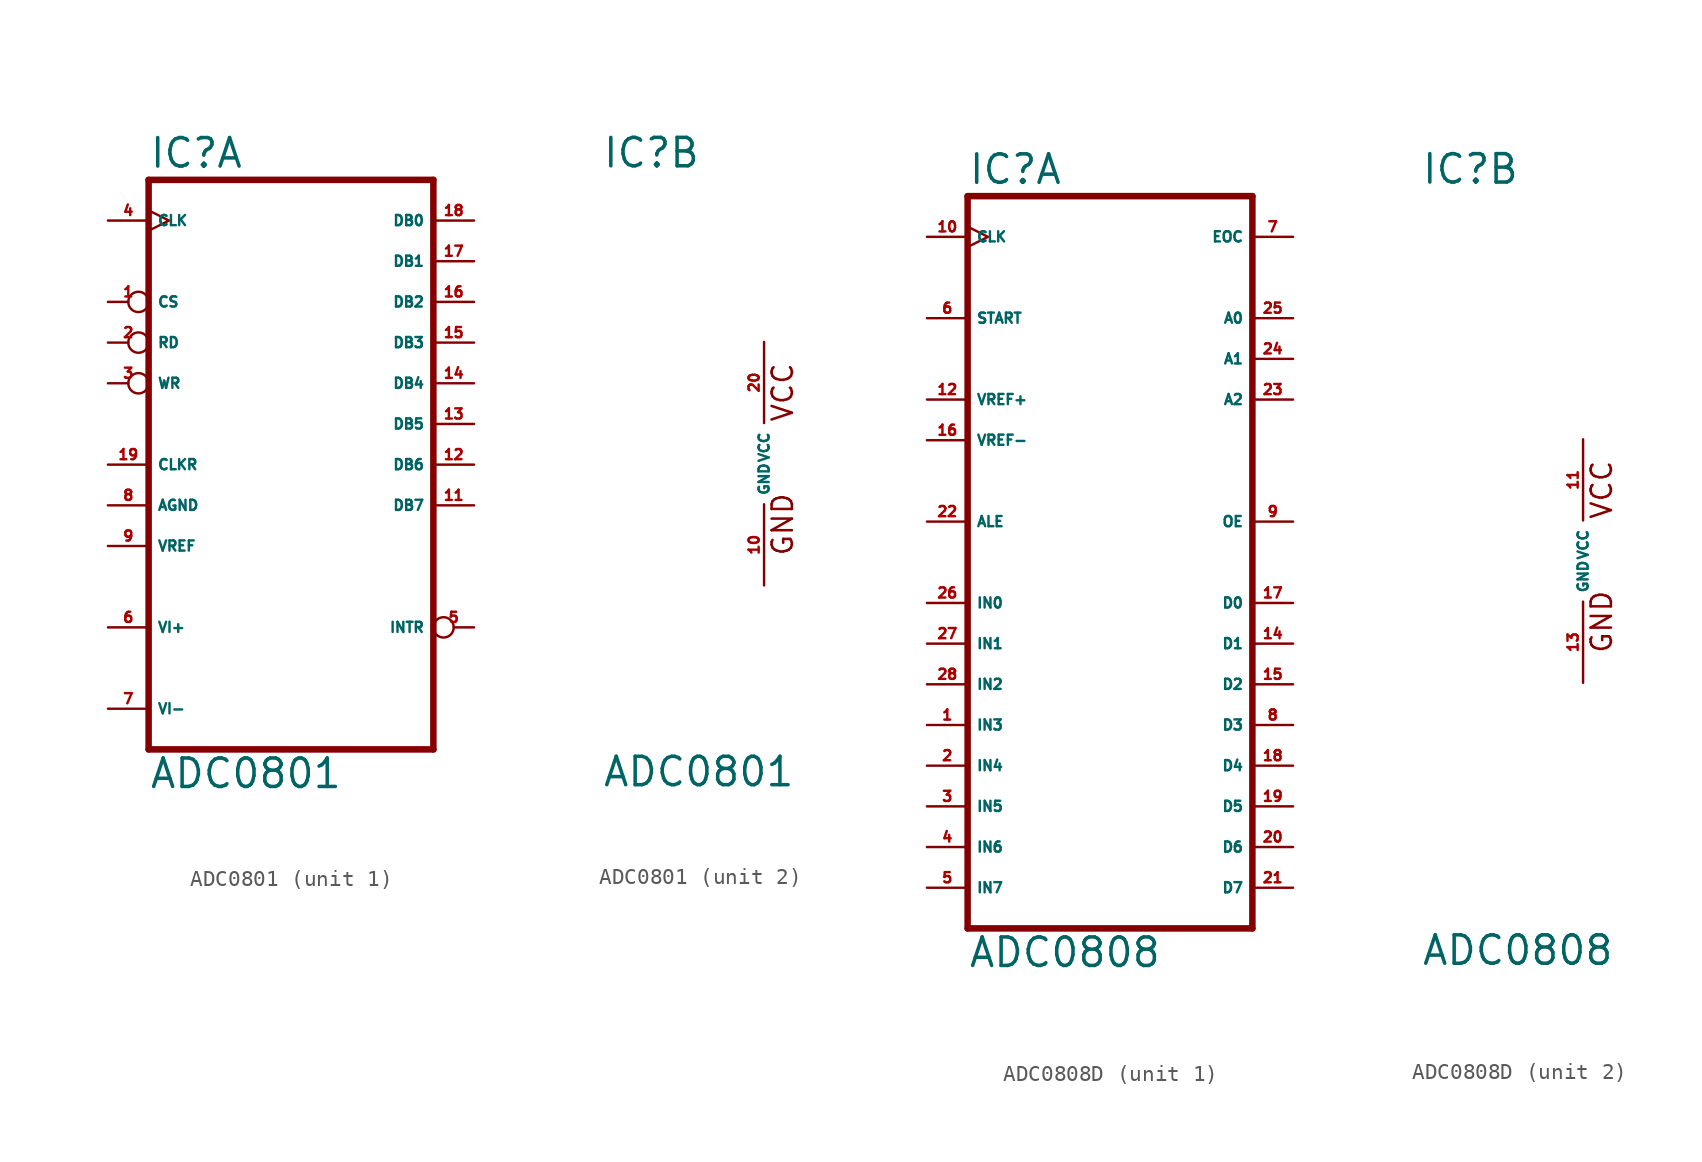
<source format=kicad_sym>
(kicad_symbol_lib
  (version 20220914)
  (generator Eagle2Kicad)
  (symbol "ADC0801"
    (property "Reference" "IC"
      (at -10.16 18.415 0)
      (effects (font (size 1.778 1.778) (thickness 0.22)) (justify left bottom)))
    (property "Value" "ADC0801"
      (at -10.16 -20.32 0)
      (effects (font (size 1.778 1.778) (thickness 0.22)) (justify left bottom)))
    (symbol "ADC0801_1_0"
      (polyline (pts (xy -10.16 -17.78) (xy 7.62 -17.78)) (stroke (width 0.406) (type default)) (fill (type none)))
      (polyline (pts (xy 7.62 -17.78) (xy 7.62 17.78)) (stroke (width 0.406) (type default)) (fill (type none)))
      (polyline (pts (xy 7.62 17.78) (xy -10.16 17.78)) (stroke (width 0.406) (type default)) (fill (type none)))
      (polyline (pts (xy -10.16 17.78) (xy -10.16 -17.78)) (stroke (width 0.406) (type default)) (fill (type none)))
      (pin input inverted (at -12.7 10.16 0) (length 2.54) (name "CS" (effects (font (size 0.635 0.635) (thickness 0.08)) (justify left bottom))) (number "1" (effects (font (size 0.635 0.635) (thickness 0.08)) (justify left bottom))))
      (pin input inverted (at -12.7 7.62 0) (length 2.54) (name "RD" (effects (font (size 0.635 0.635) (thickness 0.08)) (justify left bottom))) (number "2" (effects (font (size 0.635 0.635) (thickness 0.08)) (justify left bottom))))
      (pin input inverted (at -12.7 5.08 0) (length 2.54) (name "WR" (effects (font (size 0.635 0.635) (thickness 0.08)) (justify left bottom))) (number "3" (effects (font (size 0.635 0.635) (thickness 0.08)) (justify left bottom))))
      (pin input clock (at -12.7 15.24 0) (length 2.54) (name "CLK" (effects (font (size 0.635 0.635) (thickness 0.08)) (justify left bottom))) (number "4" (effects (font (size 0.635 0.635) (thickness 0.08)) (justify left bottom))))
      (pin output inverted (at 10.16 -10.16 180) (length 2.54) (name "INTR" (effects (font (size 0.635 0.635) (thickness 0.08)) (justify left bottom))) (number "5" (effects (font (size 0.635 0.635) (thickness 0.08)) (justify left bottom))))
      (pin input line (at -12.7 -10.16 0) (length 2.54) (name "VI+" (effects (font (size 0.635 0.635) (thickness 0.08)) (justify left bottom))) (number "6" (effects (font (size 0.635 0.635) (thickness 0.08)) (justify left bottom))))
      (pin input line (at -12.7 -15.24 0) (length 2.54) (name "VI-" (effects (font (size 0.635 0.635) (thickness 0.08)) (justify left bottom))) (number "7" (effects (font (size 0.635 0.635) (thickness 0.08)) (justify left bottom))))
      (pin input line (at -12.7 -2.54 0) (length 2.54) (name "AGND" (effects (font (size 0.635 0.635) (thickness 0.08)) (justify left bottom))) (number "8" (effects (font (size 0.635 0.635) (thickness 0.08)) (justify left bottom))))
      (pin input line (at -12.7 -5.08 0) (length 2.54) (name "VREF" (effects (font (size 0.635 0.635) (thickness 0.08)) (justify left bottom))) (number "9" (effects (font (size 0.635 0.635) (thickness 0.08)) (justify left bottom))))
      (pin output line (at 10.16 -2.54 180) (length 2.54) (name "DB7" (effects (font (size 0.635 0.635) (thickness 0.08)) (justify left bottom))) (number "11" (effects (font (size 0.635 0.635) (thickness 0.08)) (justify left bottom))))
      (pin output line (at 10.16 0 180) (length 2.54) (name "DB6" (effects (font (size 0.635 0.635) (thickness 0.08)) (justify left bottom))) (number "12" (effects (font (size 0.635 0.635) (thickness 0.08)) (justify left bottom))))
      (pin output line (at 10.16 2.54 180) (length 2.54) (name "DB5" (effects (font (size 0.635 0.635) (thickness 0.08)) (justify left bottom))) (number "13" (effects (font (size 0.635 0.635) (thickness 0.08)) (justify left bottom))))
      (pin output line (at 10.16 5.08 180) (length 2.54) (name "DB4" (effects (font (size 0.635 0.635) (thickness 0.08)) (justify left bottom))) (number "14" (effects (font (size 0.635 0.635) (thickness 0.08)) (justify left bottom))))
      (pin output line (at 10.16 7.62 180) (length 2.54) (name "DB3" (effects (font (size 0.635 0.635) (thickness 0.08)) (justify left bottom))) (number "15" (effects (font (size 0.635 0.635) (thickness 0.08)) (justify left bottom))))
      (pin output line (at 10.16 10.16 180) (length 2.54) (name "DB2" (effects (font (size 0.635 0.635) (thickness 0.08)) (justify left bottom))) (number "16" (effects (font (size 0.635 0.635) (thickness 0.08)) (justify left bottom))))
      (pin output line (at 10.16 12.7 180) (length 2.54) (name "DB1" (effects (font (size 0.635 0.635) (thickness 0.08)) (justify left bottom))) (number "17" (effects (font (size 0.635 0.635) (thickness 0.08)) (justify left bottom))))
      (pin output line (at 10.16 15.24 180) (length 2.54) (name "DB0" (effects (font (size 0.635 0.635) (thickness 0.08)) (justify left bottom))) (number "18" (effects (font (size 0.635 0.635) (thickness 0.08)) (justify left bottom))))
      (pin input line (at -12.7 0 0) (length 2.54) (name "CLKR" (effects (font (size 0.635 0.635) (thickness 0.08)) (justify left bottom))) (number "19" (effects (font (size 0.635 0.635) (thickness 0.08)) (justify left bottom)))))
    (symbol "ADC0801_2_0"
      (text "VCC" (at 1.905 2.54 900) (effects (font (size 1.27 1.27) (thickness 0.16)) (justify left bottom)))
      (text "GND" (at 1.905 -5.842 900) (effects (font (size 1.27 1.27) (thickness 0.16)) (justify left bottom)))
      (pin unspecified line (at 0 7.62 270) (length 5.08) (name "VCC" (effects (font (size 0.635 0.635) (thickness 0.08)) (justify left bottom))) (number "20" (effects (font (size 0.635 0.635) (thickness 0.08)) (justify left bottom))))
      (pin unspecified line (at 0 -7.62 90) (length 5.08) (name "GND" (effects (font (size 0.635 0.635) (thickness 0.08)) (justify left bottom))) (number "10" (effects (font (size 0.635 0.635) (thickness 0.08)) (justify left bottom))))))
  (symbol "ADC0808D"
    (property "Reference" "IC"
      (at -10.16 23.495 0)
      (effects (font (size 1.778 1.778) (thickness 0.22)) (justify left bottom)))
    (property "Value" "ADC0808"
      (at -10.16 -25.4 0)
      (effects (font (size 1.778 1.778) (thickness 0.22)) (justify left bottom)))
    (symbol "ADC0808D_1_0"
      (polyline (pts (xy -10.16 -22.86) (xy 7.62 -22.86)) (stroke (width 0.406) (type default)) (fill (type none)))
      (polyline (pts (xy 7.62 -22.86) (xy 7.62 22.86)) (stroke (width 0.406) (type default)) (fill (type none)))
      (polyline (pts (xy 7.62 22.86) (xy -10.16 22.86)) (stroke (width 0.406) (type default)) (fill (type none)))
      (polyline (pts (xy -10.16 22.86) (xy -10.16 -22.86)) (stroke (width 0.406) (type default)) (fill (type none)))
      (pin input line (at -12.7 -10.16 0) (length 2.54) (name "IN3" (effects (font (size 0.635 0.635) (thickness 0.08)) (justify left bottom))) (number "1" (effects (font (size 0.635 0.635) (thickness 0.08)) (justify left bottom))))
      (pin input line (at -12.7 -12.7 0) (length 2.54) (name "IN4" (effects (font (size 0.635 0.635) (thickness 0.08)) (justify left bottom))) (number "2" (effects (font (size 0.635 0.635) (thickness 0.08)) (justify left bottom))))
      (pin input line (at -12.7 -15.24 0) (length 2.54) (name "IN5" (effects (font (size 0.635 0.635) (thickness 0.08)) (justify left bottom))) (number "3" (effects (font (size 0.635 0.635) (thickness 0.08)) (justify left bottom))))
      (pin input line (at -12.7 -17.78 0) (length 2.54) (name "IN6" (effects (font (size 0.635 0.635) (thickness 0.08)) (justify left bottom))) (number "4" (effects (font (size 0.635 0.635) (thickness 0.08)) (justify left bottom))))
      (pin input line (at -12.7 -20.32 0) (length 2.54) (name "IN7" (effects (font (size 0.635 0.635) (thickness 0.08)) (justify left bottom))) (number "5" (effects (font (size 0.635 0.635) (thickness 0.08)) (justify left bottom))))
      (pin input line (at -12.7 15.24 0) (length 2.54) (name "START" (effects (font (size 0.635 0.635) (thickness 0.08)) (justify left bottom))) (number "6" (effects (font (size 0.635 0.635) (thickness 0.08)) (justify left bottom))))
      (pin output line (at 10.16 20.32 180) (length 2.54) (name "EOC" (effects (font (size 0.635 0.635) (thickness 0.08)) (justify left bottom))) (number "7" (effects (font (size 0.635 0.635) (thickness 0.08)) (justify left bottom))))
      (pin tri_state line (at 10.16 -10.16 180) (length 2.54) (name "D3" (effects (font (size 0.635 0.635) (thickness 0.08)) (justify left bottom))) (number "8" (effects (font (size 0.635 0.635) (thickness 0.08)) (justify left bottom))))
      (pin input line (at 10.16 2.54 180) (length 2.54) (name "OE" (effects (font (size 0.635 0.635) (thickness 0.08)) (justify left bottom))) (number "9" (effects (font (size 0.635 0.635) (thickness 0.08)) (justify left bottom))))
      (pin input clock (at -12.7 20.32 0) (length 2.54) (name "CLK" (effects (font (size 0.635 0.635) (thickness 0.08)) (justify left bottom))) (number "10" (effects (font (size 0.635 0.635) (thickness 0.08)) (justify left bottom))))
      (pin input line (at -12.7 10.16 0) (length 2.54) (name "VREF+" (effects (font (size 0.635 0.635) (thickness 0.08)) (justify left bottom))) (number "12" (effects (font (size 0.635 0.635) (thickness 0.08)) (justify left bottom))))
      (pin tri_state line (at 10.16 -5.08 180) (length 2.54) (name "D1" (effects (font (size 0.635 0.635) (thickness 0.08)) (justify left bottom))) (number "14" (effects (font (size 0.635 0.635) (thickness 0.08)) (justify left bottom))))
      (pin tri_state line (at 10.16 -7.62 180) (length 2.54) (name "D2" (effects (font (size 0.635 0.635) (thickness 0.08)) (justify left bottom))) (number "15" (effects (font (size 0.635 0.635) (thickness 0.08)) (justify left bottom))))
      (pin input line (at -12.7 7.62 0) (length 2.54) (name "VREF-" (effects (font (size 0.635 0.635) (thickness 0.08)) (justify left bottom))) (number "16" (effects (font (size 0.635 0.635) (thickness 0.08)) (justify left bottom))))
      (pin tri_state line (at 10.16 -2.54 180) (length 2.54) (name "D0" (effects (font (size 0.635 0.635) (thickness 0.08)) (justify left bottom))) (number "17" (effects (font (size 0.635 0.635) (thickness 0.08)) (justify left bottom))))
      (pin tri_state line (at 10.16 -12.7 180) (length 2.54) (name "D4" (effects (font (size 0.635 0.635) (thickness 0.08)) (justify left bottom))) (number "18" (effects (font (size 0.635 0.635) (thickness 0.08)) (justify left bottom))))
      (pin tri_state line (at 10.16 -15.24 180) (length 2.54) (name "D5" (effects (font (size 0.635 0.635) (thickness 0.08)) (justify left bottom))) (number "19" (effects (font (size 0.635 0.635) (thickness 0.08)) (justify left bottom))))
      (pin tri_state line (at 10.16 -17.78 180) (length 2.54) (name "D6" (effects (font (size 0.635 0.635) (thickness 0.08)) (justify left bottom))) (number "20" (effects (font (size 0.635 0.635) (thickness 0.08)) (justify left bottom))))
      (pin tri_state line (at 10.16 -20.32 180) (length 2.54) (name "D7" (effects (font (size 0.635 0.635) (thickness 0.08)) (justify left bottom))) (number "21" (effects (font (size 0.635 0.635) (thickness 0.08)) (justify left bottom))))
      (pin input line (at -12.7 2.54 0) (length 2.54) (name "ALE" (effects (font (size 0.635 0.635) (thickness 0.08)) (justify left bottom))) (number "22" (effects (font (size 0.635 0.635) (thickness 0.08)) (justify left bottom))))
      (pin input line (at 10.16 10.16 180) (length 2.54) (name "A2" (effects (font (size 0.635 0.635) (thickness 0.08)) (justify left bottom))) (number "23" (effects (font (size 0.635 0.635) (thickness 0.08)) (justify left bottom))))
      (pin input line (at 10.16 12.7 180) (length 2.54) (name "A1" (effects (font (size 0.635 0.635) (thickness 0.08)) (justify left bottom))) (number "24" (effects (font (size 0.635 0.635) (thickness 0.08)) (justify left bottom))))
      (pin input line (at 10.16 15.24 180) (length 2.54) (name "A0" (effects (font (size 0.635 0.635) (thickness 0.08)) (justify left bottom))) (number "25" (effects (font (size 0.635 0.635) (thickness 0.08)) (justify left bottom))))
      (pin input line (at -12.7 -2.54 0) (length 2.54) (name "IN0" (effects (font (size 0.635 0.635) (thickness 0.08)) (justify left bottom))) (number "26" (effects (font (size 0.635 0.635) (thickness 0.08)) (justify left bottom))))
      (pin input line (at -12.7 -5.08 0) (length 2.54) (name "IN1" (effects (font (size 0.635 0.635) (thickness 0.08)) (justify left bottom))) (number "27" (effects (font (size 0.635 0.635) (thickness 0.08)) (justify left bottom))))
      (pin input line (at -12.7 -7.62 0) (length 2.54) (name "IN2" (effects (font (size 0.635 0.635) (thickness 0.08)) (justify left bottom))) (number "28" (effects (font (size 0.635 0.635) (thickness 0.08)) (justify left bottom)))))
    (symbol "ADC0808D_2_0"
      (text "VCC" (at 1.905 2.54 900) (effects (font (size 1.27 1.27) (thickness 0.16)) (justify left bottom)))
      (text "GND" (at 1.905 -5.842 900) (effects (font (size 1.27 1.27) (thickness 0.16)) (justify left bottom)))
      (pin unspecified line (at 0 7.62 270) (length 5.08) (name "VCC" (effects (font (size 0.635 0.635) (thickness 0.08)) (justify left bottom))) (number "11" (effects (font (size 0.635 0.635) (thickness 0.08)) (justify left bottom))))
      (pin unspecified line (at 0 -7.62 90) (length 5.08) (name "GND" (effects (font (size 0.635 0.635) (thickness 0.08)) (justify left bottom))) (number "13" (effects (font (size 0.635 0.635) (thickness 0.08)) (justify left bottom)))))))
</source>
